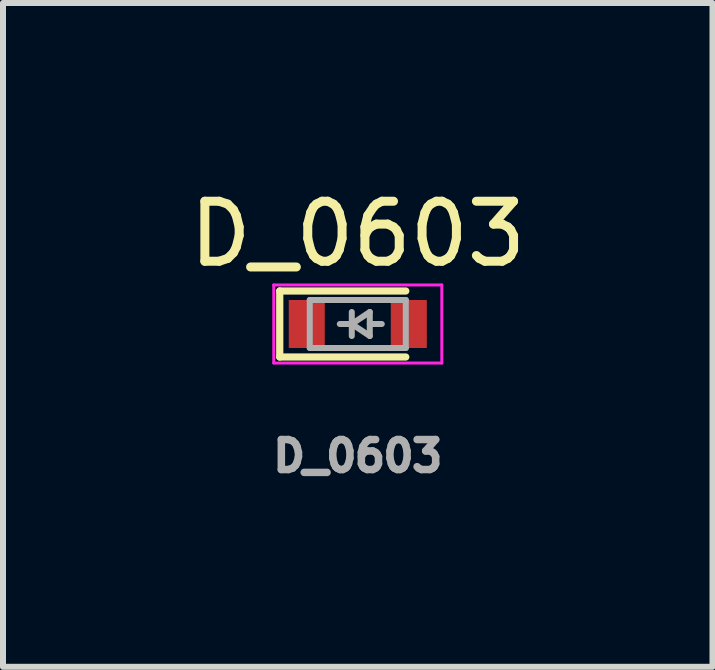
<source format=kicad_pcb>
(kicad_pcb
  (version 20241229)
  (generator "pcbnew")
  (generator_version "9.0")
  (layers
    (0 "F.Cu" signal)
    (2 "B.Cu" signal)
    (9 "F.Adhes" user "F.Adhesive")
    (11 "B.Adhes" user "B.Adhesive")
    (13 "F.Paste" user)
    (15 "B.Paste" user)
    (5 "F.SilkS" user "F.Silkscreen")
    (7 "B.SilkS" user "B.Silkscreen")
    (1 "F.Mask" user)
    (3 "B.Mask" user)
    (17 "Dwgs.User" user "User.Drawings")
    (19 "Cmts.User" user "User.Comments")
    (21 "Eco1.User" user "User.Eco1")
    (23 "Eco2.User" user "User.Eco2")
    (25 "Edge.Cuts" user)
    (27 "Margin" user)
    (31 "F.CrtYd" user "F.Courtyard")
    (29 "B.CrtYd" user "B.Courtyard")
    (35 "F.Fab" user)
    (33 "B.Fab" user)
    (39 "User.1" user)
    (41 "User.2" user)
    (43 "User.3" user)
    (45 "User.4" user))
  (footprint "D_0603"
    (layer "F.Cu")
    (at 2.911 2.348)
    (property "Reference" "D_0603" (at 0 -1.5 180) (layer "F.SilkS") (effects (font (size 1 1) (thickness 0.15))))
    (attr smd)
    (fp_line (start -1.3 -0.55) (end -1.3 0.55) (stroke (width 0.12) (type solid)) (layer "F.SilkS"))
    (fp_line (start -1.3 -0.55) (end 0.8 -0.55) (stroke (width 0.12) (type solid)) (layer "F.SilkS"))
    (fp_line (start -1.3 0.55) (end 0.8 0.55) (stroke (width 0.12) (type solid)) (layer "F.SilkS"))
    (fp_line (start -1.4 -0.65) (end -1.4 0.65) (stroke (width 0.05) (type solid)) (layer "F.CrtYd"))
    (fp_line (start -1.4 0.65) (end 1.4 0.65) (stroke (width 0.05) (type solid)) (layer "F.CrtYd"))
    (fp_line (start 1.4 -0.65) (end -1.4 -0.65) (stroke (width 0.05) (type solid)) (layer "F.CrtYd"))
    (fp_line (start 1.4 0.65) (end 1.4 -0.65) (stroke (width 0.05) (type solid)) (layer "F.CrtYd"))
    (fp_line (start -0.8 -0.4) (end 0.8 -0.4) (stroke (width 0.1) (type solid)) (layer "F.Fab"))
    (fp_line (start -0.8 0.4) (end -0.8 -0.4) (stroke (width 0.1) (type solid)) (layer "F.Fab"))
    (fp_line (start -0.1 -0.2) (end -0.1 0.2) (stroke (width 0.1) (type solid)) (layer "F.Fab"))
    (fp_line (start -0.1 0) (end -0.3 0) (stroke (width 0.1) (type solid)) (layer "F.Fab"))
    (fp_line (start -0.1 0) (end 0.2 0.2) (stroke (width 0.1) (type solid)) (layer "F.Fab"))
    (fp_line (start 0.2 -0.2) (end -0.1 0) (stroke (width 0.1) (type solid)) (layer "F.Fab"))
    (fp_line (start 0.2 0) (end 0.4 0) (stroke (width 0.1) (type solid)) (layer "F.Fab"))
    (fp_line (start 0.2 0.2) (end 0.2 -0.2) (stroke (width 0.1) (type solid)) (layer "F.Fab"))
    (fp_line (start 0.8 -0.4) (end 0.8 0.4) (stroke (width 0.1) (type solid)) (layer "F.Fab"))
    (fp_line (start 0.8 0.4) (end -0.8 0.4) (stroke (width 0.1) (type solid)) (layer "F.Fab"))
    (fp_text user "${REFERENCE}" (at 0 2.2 0) (layer "F.Fab") (effects (font (size 0.5 0.5) (thickness 0.125))))
    (pad "1" smd rect (at -0.85 0) (size 0.6 0.8) (layers "F.Cu" "F.Mask" "F.Paste"))
    (pad "2" smd rect (at 0.85 0) (size 0.6 0.8) (layers "F.Cu" "F.Mask" "F.Paste")))
  (gr_rect
    (start -3 -3)
    (end 8.821 8.06)
    (stroke (width 0.1) (type default))
    (fill no)
    (layer "Edge.Cuts")))
</source>
